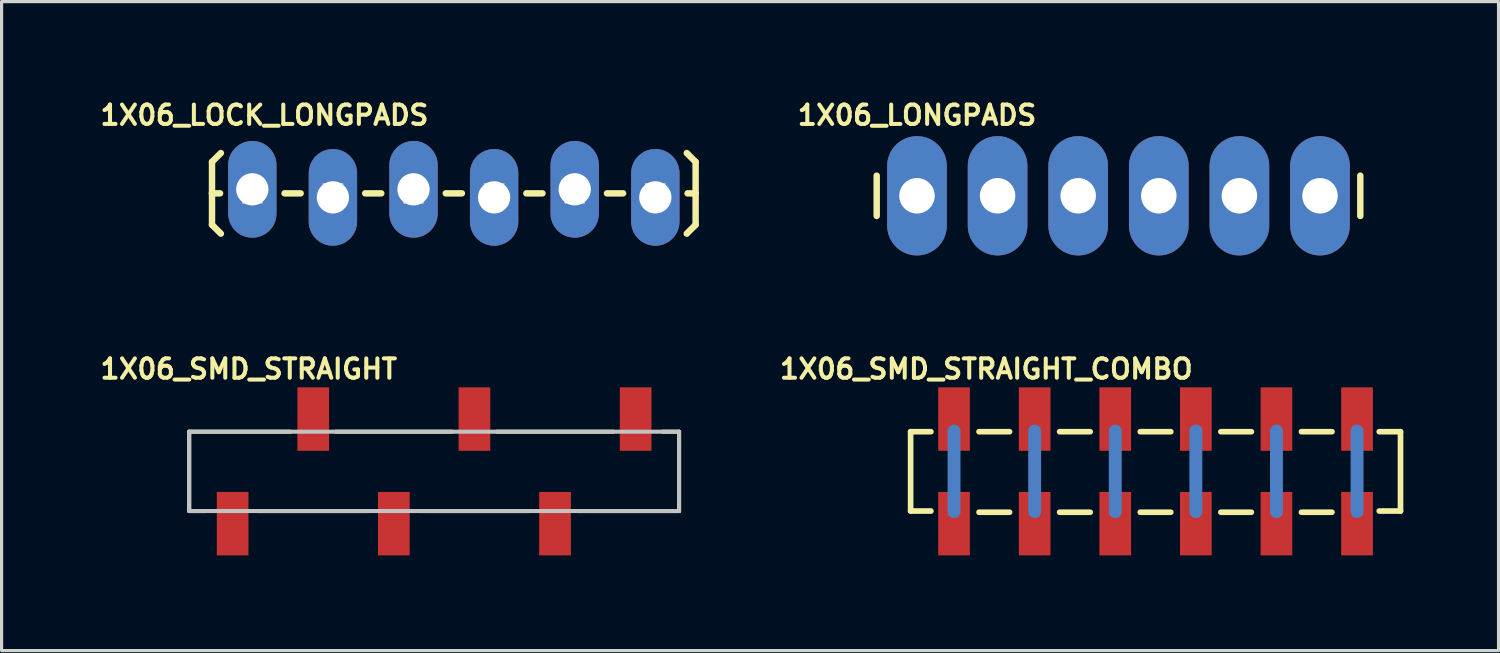
<source format=kicad_pcb>
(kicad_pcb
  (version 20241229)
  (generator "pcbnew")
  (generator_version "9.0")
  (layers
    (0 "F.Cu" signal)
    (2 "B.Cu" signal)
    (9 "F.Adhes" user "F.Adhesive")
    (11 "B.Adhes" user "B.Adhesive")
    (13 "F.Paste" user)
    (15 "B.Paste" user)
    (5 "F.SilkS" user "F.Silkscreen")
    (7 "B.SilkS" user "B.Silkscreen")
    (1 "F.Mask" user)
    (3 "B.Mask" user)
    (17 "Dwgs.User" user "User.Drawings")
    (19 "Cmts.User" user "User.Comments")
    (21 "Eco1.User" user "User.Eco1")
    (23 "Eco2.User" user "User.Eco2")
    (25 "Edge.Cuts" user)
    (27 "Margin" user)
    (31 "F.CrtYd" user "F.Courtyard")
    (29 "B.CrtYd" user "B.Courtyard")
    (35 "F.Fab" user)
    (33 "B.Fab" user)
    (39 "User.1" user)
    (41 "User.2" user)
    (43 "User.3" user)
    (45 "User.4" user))
  (footprint "1X06_LONGPADS"
    (layer "F.Cu")
    (at 25.847 3.12)
    (property "Reference" "1X06_LONGPADS" (at 0 -2.54 0) (layer "F.SilkS") (effects (font (size 0.61 0.61) (thickness 0.127))))
    (attr exclude_from_pos_files exclude_from_bom)
    (fp_line (start -1.27 -0.635) (end -1.27 0.635) (stroke (width 0.203) (type solid)) (layer "F.SilkS"))
    (fp_line (start 13.97 -0.635) (end 13.97 0.635) (stroke (width 0.203) (type solid)) (layer "F.SilkS"))
    (pad "1" thru_hole oval (at 0 0 180) (size 1.88 3.759) (drill 1.118) (layers "*.Cu" "*.Paste" "*.Mask"))
    (pad "2" thru_hole oval (at 2.54 0 180) (size 1.88 3.759) (drill 1.118) (layers "*.Cu" "*.Paste" "*.Mask"))
    (pad "3" thru_hole oval (at 5.08 0 180) (size 1.88 3.759) (drill 1.118) (layers "*.Cu" "*.Paste" "*.Mask"))
    (pad "4" thru_hole oval (at 7.62 0 180) (size 1.88 3.759) (drill 1.118) (layers "*.Cu" "*.Paste" "*.Mask"))
    (pad "5" thru_hole oval (at 10.16 0 180) (size 1.88 3.759) (drill 1.118) (layers "*.Cu" "*.Paste" "*.Mask"))
    (pad "6" thru_hole oval (at 12.7 0 180) (size 1.88 3.759) (drill 1.118) (layers "*.Cu" "*.Paste" "*.Mask")))
  (footprint "1X06_SMD_STRAIGHT_COMBO"
    (layer "F.Cu")
    (at 27.015 11.804)
    (property "Reference" "1X06_SMD_STRAIGHT_COMBO" (at 1.016 -3.226 0) (layer "F.SilkS") (effects (font (size 0.61 0.61) (thickness 0.127))))
    (attr smd)
    (fp_line (start 0 -1.27) (end 0 1.27) (stroke (width 0.406) (type solid)) (layer "B.Cu"))
    (fp_line (start 2.54 -1.27) (end 2.54 1.27) (stroke (width 0.406) (type solid)) (layer "B.Cu"))
    (fp_line (start 5.08 -1.27) (end 5.08 1.27) (stroke (width 0.406) (type solid)) (layer "B.Cu"))
    (fp_line (start 7.62 -1.27) (end 7.62 1.27) (stroke (width 0.406) (type solid)) (layer "B.Cu"))
    (fp_line (start 10.16 -1.27) (end 10.16 1.27) (stroke (width 0.406) (type solid)) (layer "B.Cu"))
    (fp_line (start 12.7 -1.27) (end 12.7 1.27) (stroke (width 0.406) (type solid)) (layer "B.Cu"))
    (fp_line (start -1.369 -1.25) (end -0.729 -1.25) (stroke (width 0.178) (type solid)) (layer "F.SilkS"))
    (fp_line (start -1.369 1.25) (end -1.369 -1.25) (stroke (width 0.178) (type solid)) (layer "F.SilkS"))
    (fp_line (start -0.729 1.25) (end -1.369 1.25) (stroke (width 0.178) (type solid)) (layer "F.SilkS"))
    (fp_line (start 0.787 -1.25) (end 1.75 -1.25) (stroke (width 0.178) (type solid)) (layer "F.SilkS"))
    (fp_line (start 0.787 1.288) (end 1.75 1.288) (stroke (width 0.178) (type solid)) (layer "F.SilkS"))
    (fp_line (start 3.327 -1.25) (end 4.29 -1.25) (stroke (width 0.178) (type solid)) (layer "F.SilkS"))
    (fp_line (start 3.327 1.288) (end 4.29 1.288) (stroke (width 0.178) (type solid)) (layer "F.SilkS"))
    (fp_line (start 5.867 -1.25) (end 6.83 -1.25) (stroke (width 0.178) (type solid)) (layer "F.SilkS"))
    (fp_line (start 5.867 1.288) (end 6.83 1.288) (stroke (width 0.178) (type solid)) (layer "F.SilkS"))
    (fp_line (start 8.407 -1.25) (end 9.37 -1.25) (stroke (width 0.178) (type solid)) (layer "F.SilkS"))
    (fp_line (start 8.407 1.288) (end 9.37 1.288) (stroke (width 0.178) (type solid)) (layer "F.SilkS"))
    (fp_line (start 10.947 -1.25) (end 11.91 -1.25) (stroke (width 0.178) (type solid)) (layer "F.SilkS"))
    (fp_line (start 10.947 1.288) (end 11.91 1.288) (stroke (width 0.178) (type solid)) (layer "F.SilkS"))
    (fp_line (start 13.399 -1.25) (end 14.069 -1.25) (stroke (width 0.178) (type solid)) (layer "F.SilkS"))
    (fp_line (start 14.069 -1.25) (end 14.069 1.25) (stroke (width 0.178) (type solid)) (layer "F.SilkS"))
    (fp_line (start 14.069 1.25) (end 13.399 1.25) (stroke (width 0.178) (type solid)) (layer "F.SilkS"))
    (pad "1" smd rect (at 0 1.648 270) (size 1.999 0.998) (layers "F.Cu" "F.Mask" "F.Paste"))
    (pad "1-2" smd rect (at 0 -1.648 90) (size 1.999 0.998) (layers "F.Cu" "F.Mask" "F.Paste"))
    (pad "2" smd rect (at 2.54 -1.648 270) (size 1.999 0.998) (layers "F.Cu" "F.Mask" "F.Paste"))
    (pad "2-2" smd rect (at 2.54 1.648 90) (size 1.999 0.998) (layers "F.Cu" "F.Mask" "F.Paste"))
    (pad "3" smd rect (at 5.08 1.648 270) (size 1.999 0.998) (layers "F.Cu" "F.Mask" "F.Paste"))
    (pad "3-2" smd rect (at 5.08 -1.648 90) (size 1.999 0.998) (layers "F.Cu" "F.Mask" "F.Paste"))
    (pad "4" smd rect (at 7.62 -1.648 270) (size 1.999 0.998) (layers "F.Cu" "F.Mask" "F.Paste"))
    (pad "4-2" smd rect (at 7.62 1.648 90) (size 1.999 0.998) (layers "F.Cu" "F.Mask" "F.Paste"))
    (pad "5" smd rect (at 10.16 1.648 270) (size 1.999 0.998) (layers "F.Cu" "F.Mask" "F.Paste"))
    (pad "5-2" smd rect (at 10.16 -1.648 90) (size 1.999 0.998) (layers "F.Cu" "F.Mask" "F.Paste"))
    (pad "6" smd rect (at 12.7 -1.648 270) (size 1.999 0.998) (layers "F.Cu" "F.Mask" "F.Paste"))
    (pad "6-2" smd rect (at 12.7 1.648 90) (size 1.999 0.998) (layers "F.Cu" "F.Mask" "F.Paste")))
  (footprint "1X06_LOCK_LONGPADS"
    (layer "F.Cu")
    (at 4.901 2.916)
    (property "Reference" "1X06_LOCK_LONGPADS" (at 0.381 -2.337 0) (layer "F.SilkS") (effects (font (size 0.61 0.61) (thickness 0.127))))
    (attr exclude_from_pos_files exclude_from_bom)
    (fp_line (start -1.27 -0.864) (end -0.991 -1.143) (stroke (width 0.203) (type solid)) (layer "F.SilkS"))
    (fp_line (start -1.27 0.127) (end -1.27 -0.864) (stroke (width 0.203) (type solid)) (layer "F.SilkS"))
    (fp_line (start -1.27 0.127) (end -1.27 1.118) (stroke (width 0.203) (type solid)) (layer "F.SilkS"))
    (fp_line (start -1.27 0.127) (end -1.016 0.127) (stroke (width 0.203) (type solid)) (layer "F.SilkS"))
    (fp_line (start -1.27 1.118) (end -0.991 1.397) (stroke (width 0.203) (type solid)) (layer "F.SilkS"))
    (fp_line (start 1.524 0.127) (end 1.016 0.127) (stroke (width 0.203) (type solid)) (layer "F.SilkS"))
    (fp_line (start 4.064 0.127) (end 3.556 0.127) (stroke (width 0.203) (type solid)) (layer "F.SilkS"))
    (fp_line (start 6.604 0.127) (end 6.096 0.127) (stroke (width 0.203) (type solid)) (layer "F.SilkS"))
    (fp_line (start 9.144 0.127) (end 8.636 0.127) (stroke (width 0.203) (type solid)) (layer "F.SilkS"))
    (fp_line (start 11.684 0.127) (end 11.176 0.127) (stroke (width 0.203) (type solid)) (layer "F.SilkS"))
    (fp_line (start 13.97 -0.864) (end 13.691 -1.143) (stroke (width 0.203) (type solid)) (layer "F.SilkS"))
    (fp_line (start 13.97 0.127) (end 13.716 0.127) (stroke (width 0.203) (type solid)) (layer "F.SilkS"))
    (fp_line (start 13.97 0.127) (end 13.97 -0.864) (stroke (width 0.203) (type solid)) (layer "F.SilkS"))
    (fp_line (start 13.97 0.127) (end 13.97 1.118) (stroke (width 0.203) (type solid)) (layer "F.SilkS"))
    (fp_line (start 13.97 1.118) (end 13.691 1.397) (stroke (width 0.203) (type solid)) (layer "F.SilkS"))
    (fp_line (start -0.292 -0.165) (end 0.292 -0.165) (stroke (width 0.066) (type solid)) (layer "Dwgs.User"))
    (fp_line (start -0.292 0.419) (end -0.292 -0.165) (stroke (width 0.066) (type solid)) (layer "Dwgs.User"))
    (fp_line (start -0.292 0.419) (end 0.292 0.419) (stroke (width 0.066) (type solid)) (layer "Dwgs.User"))
    (fp_line (start 0.292 0.419) (end 0.292 -0.165) (stroke (width 0.066) (type solid)) (layer "Dwgs.User"))
    (fp_line (start 2.248 -0.165) (end 2.832 -0.165) (stroke (width 0.066) (type solid)) (layer "Dwgs.User"))
    (fp_line (start 2.248 0.419) (end 2.248 -0.165) (stroke (width 0.066) (type solid)) (layer "Dwgs.User"))
    (fp_line (start 2.248 0.419) (end 2.832 0.419) (stroke (width 0.066) (type solid)) (layer "Dwgs.User"))
    (fp_line (start 2.832 0.419) (end 2.832 -0.165) (stroke (width 0.066) (type solid)) (layer "Dwgs.User"))
    (fp_line (start 4.788 -0.165) (end 5.372 -0.165) (stroke (width 0.066) (type solid)) (layer "Dwgs.User"))
    (fp_line (start 4.788 0.419) (end 4.788 -0.165) (stroke (width 0.066) (type solid)) (layer "Dwgs.User"))
    (fp_line (start 4.788 0.419) (end 5.372 0.419) (stroke (width 0.066) (type solid)) (layer "Dwgs.User"))
    (fp_line (start 5.372 0.419) (end 5.372 -0.165) (stroke (width 0.066) (type solid)) (layer "Dwgs.User"))
    (fp_line (start 7.328 -0.165) (end 7.912 -0.165) (stroke (width 0.066) (type solid)) (layer "Dwgs.User"))
    (fp_line (start 7.328 0.419) (end 7.328 -0.165) (stroke (width 0.066) (type solid)) (layer "Dwgs.User"))
    (fp_line (start 7.328 0.419) (end 7.912 0.419) (stroke (width 0.066) (type solid)) (layer "Dwgs.User"))
    (fp_line (start 7.912 0.419) (end 7.912 -0.165) (stroke (width 0.066) (type solid)) (layer "Dwgs.User"))
    (fp_line (start 9.868 -0.165) (end 10.452 -0.165) (stroke (width 0.066) (type solid)) (layer "Dwgs.User"))
    (fp_line (start 9.868 0.419) (end 9.868 -0.165) (stroke (width 0.066) (type solid)) (layer "Dwgs.User"))
    (fp_line (start 9.868 0.419) (end 10.452 0.419) (stroke (width 0.066) (type solid)) (layer "Dwgs.User"))
    (fp_line (start 10.452 0.419) (end 10.452 -0.165) (stroke (width 0.066) (type solid)) (layer "Dwgs.User"))
    (fp_line (start 12.408 -0.165) (end 12.992 -0.165) (stroke (width 0.066) (type solid)) (layer "Dwgs.User"))
    (fp_line (start 12.408 0.419) (end 12.408 -0.165) (stroke (width 0.066) (type solid)) (layer "Dwgs.User"))
    (fp_line (start 12.408 0.419) (end 12.992 0.419) (stroke (width 0.066) (type solid)) (layer "Dwgs.User"))
    (fp_line (start 12.992 0.419) (end 12.992 -0.165) (stroke (width 0.066) (type solid)) (layer "Dwgs.User"))
    (pad "1" thru_hole oval (at 0 0 180) (size 1.524 3.048) (drill 1.016) (layers "*.Cu" "*.Paste" "*.Mask"))
    (pad "2" thru_hole oval (at 2.54 0.254 180) (size 1.524 3.048) (drill 1.016) (layers "*.Cu" "*.Paste" "*.Mask"))
    (pad "3" thru_hole oval (at 5.08 0 180) (size 1.524 3.048) (drill 1.016) (layers "*.Cu" "*.Paste" "*.Mask"))
    (pad "4" thru_hole oval (at 7.62 0.254 180) (size 1.524 3.048) (drill 1.016) (layers "*.Cu" "*.Paste" "*.Mask"))
    (pad "5" thru_hole oval (at 10.16 0 180) (size 1.524 3.048) (drill 1.016) (layers "*.Cu" "*.Paste" "*.Mask"))
    (pad "6" thru_hole oval (at 12.7 0.254 180) (size 1.524 3.048) (drill 1.016) (layers "*.Cu" "*.Paste" "*.Mask")))
  (footprint "1X06_SMD_STRAIGHT"
    (layer "F.Cu")
    (at 16.981 11.804)
    (property "Reference" "1X06_SMD_STRAIGHT" (at -12.192 -3.226 0) (layer "F.SilkS") (effects (font (size 0.61 0.61) (thickness 0.127))))
    (attr smd)
    (fp_line (start -14.069 -1.25) (end -10.881 -1.25) (stroke (width 0.127) (type solid)) (layer "F.SilkS"))
    (fp_line (start -14.069 1.25) (end -14.069 -1.25) (stroke (width 0.127) (type solid)) (layer "F.SilkS"))
    (fp_line (start -13.548 1.25) (end -14.069 1.25) (stroke (width 0.127) (type solid)) (layer "F.SilkS"))
    (fp_line (start -9.456 -1.25) (end -5.781 -1.25) (stroke (width 0.127) (type solid)) (layer "F.SilkS"))
    (fp_line (start -8.407 1.25) (end -11.91 1.25) (stroke (width 0.127) (type solid)) (layer "F.SilkS"))
    (fp_line (start -4.376 -1.25) (end -0.701 -1.25) (stroke (width 0.127) (type solid)) (layer "F.SilkS"))
    (fp_line (start -3.327 1.25) (end -6.83 1.25) (stroke (width 0.127) (type solid)) (layer "F.SilkS"))
    (fp_line (start 0.848 -1.25) (end 1.369 -1.25) (stroke (width 0.127) (type solid)) (layer "F.SilkS"))
    (fp_line (start 1.369 -1.25) (end 1.369 1.25) (stroke (width 0.127) (type solid)) (layer "F.SilkS"))
    (fp_line (start 1.369 1.25) (end -1.816 1.25) (stroke (width 0.127) (type solid)) (layer "F.SilkS"))
    (fp_line (start -14.069 -1.25) (end -14.069 1.25) (stroke (width 0.127) (type solid)) (layer "Dwgs.User"))
    (fp_line (start -14.069 1.25) (end 1.369 1.25) (stroke (width 0.127) (type solid)) (layer "Dwgs.User"))
    (fp_line (start 1.369 -1.25) (end -14.069 -1.25) (stroke (width 0.127) (type solid)) (layer "Dwgs.User"))
    (fp_line (start 1.369 1.25) (end 1.369 -1.25) (stroke (width 0.127) (type solid)) (layer "Dwgs.User"))
    (pad "1" smd rect (at 0 -1.648 90) (size 1.999 0.998) (layers "F.Cu" "F.Mask" "F.Paste"))
    (pad "2" smd rect (at -2.54 1.648 90) (size 1.999 0.998) (layers "F.Cu" "F.Mask" "F.Paste"))
    (pad "3" smd rect (at -5.08 -1.648 90) (size 1.999 0.998) (layers "F.Cu" "F.Mask" "F.Paste"))
    (pad "4" smd rect (at -7.62 1.648 90) (size 1.999 0.998) (layers "F.Cu" "F.Mask" "F.Paste"))
    (pad "5" smd rect (at -10.16 -1.648 90) (size 1.999 0.998) (layers "F.Cu" "F.Mask" "F.Paste"))
    (pad "6" smd rect (at -12.7 1.648 90) (size 1.999 0.998) (layers "F.Cu" "F.Mask" "F.Paste")))
  (gr_rect
    (start -3 -3)
    (end 44.173 17.452)
    (stroke (width 0.1) (type default))
    (fill no)
    (layer "Edge.Cuts")))
</source>
